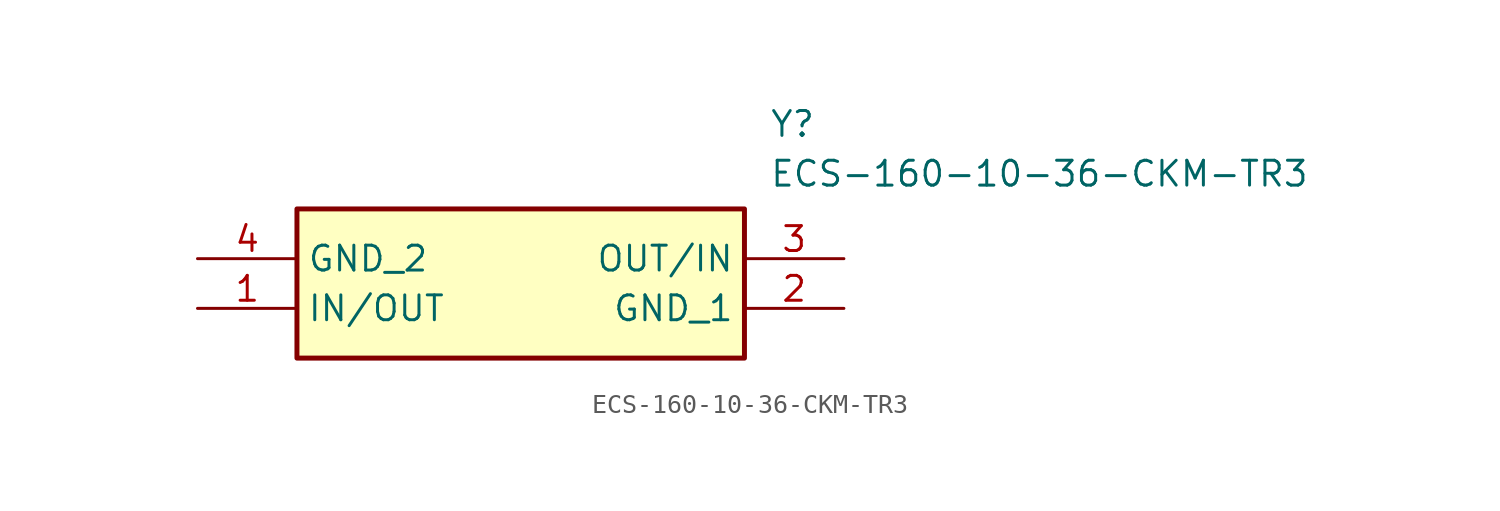
<source format=kicad_sym>
(kicad_symbol_lib
  (version 20211014)
  (generator SamacSys_ECAD_Model)
  (symbol "ECS-160-10-36-CKM-TR3"
    (property "Reference" "Y"
      (at 29.21 7.62 0)
      (effects (font (size 1.27 1.27)) (justify left top)))
    (property "Value" "ECS-160-10-36-CKM-TR3"
      (at 29.21 5.08 0)
      (effects (font (size 1.27 1.27)) (justify left top)))
    (rectangle
      (start 5.08 2.54)
      (end 27.94 -5.08)
      (stroke (width 0.254) (type default))
      (fill (type background)))
    (pin passive line
      (at 0 -2.54 0)
      (length 5.08)
      (name "IN/OUT" (effects (font (size 1.27 1.27))))
      (number "1" (effects (font (size 1.27 1.27)))))
    (pin passive line
      (at 33.02 -2.54 180)
      (length 5.08)
      (name "GND_1" (effects (font (size 1.27 1.27))))
      (number "2" (effects (font (size 1.27 1.27)))))
    (pin passive line
      (at 33.02 0 180)
      (length 5.08)
      (name "OUT/IN" (effects (font (size 1.27 1.27))))
      (number "3" (effects (font (size 1.27 1.27)))))
    (pin passive line
      (at 0 0 0)
      (length 5.08)
      (name "GND_2" (effects (font (size 1.27 1.27))))
      (number "4" (effects (font (size 1.27 1.27)))))))
</source>
